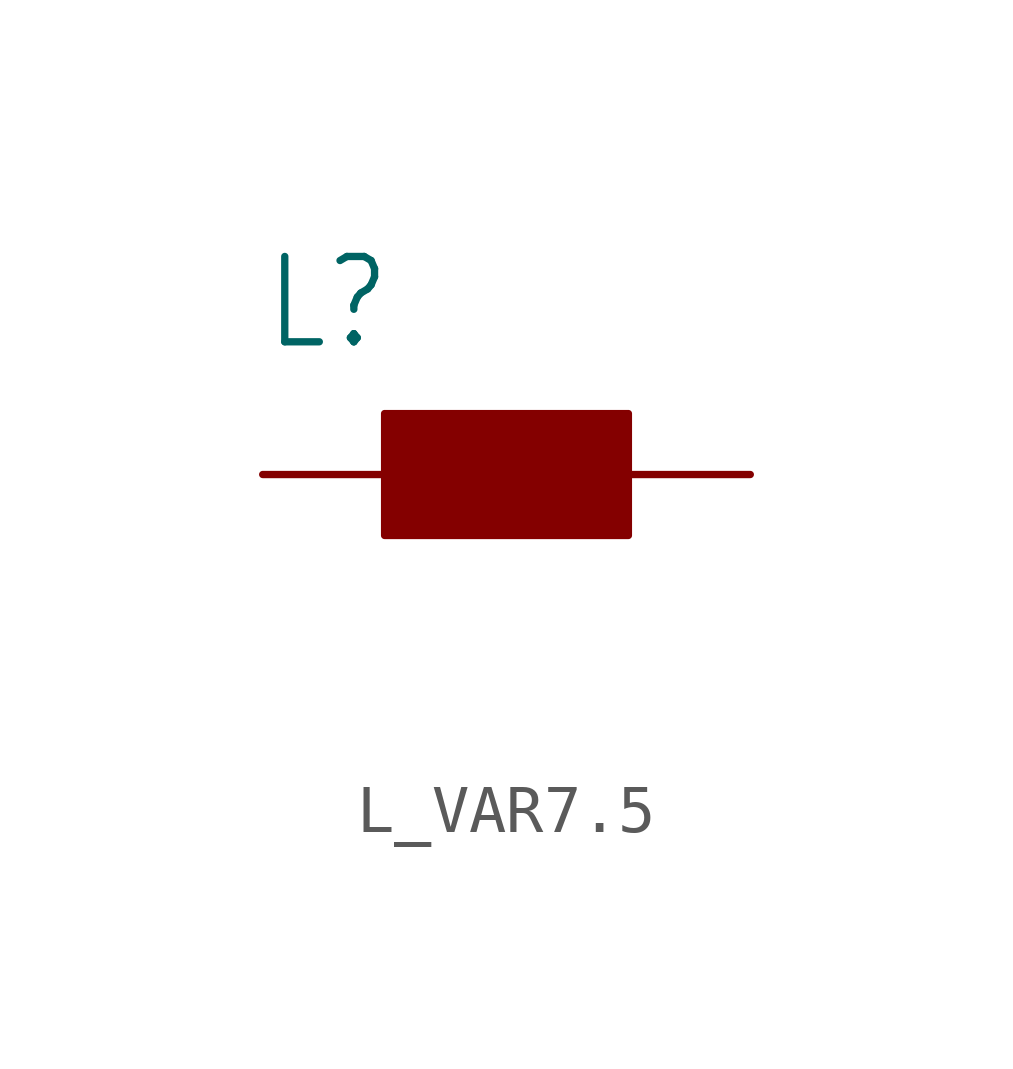
<source format=kicad_sym>
(kicad_symbol_lib
  (version 20220914)
  (generator kicad_symbol_editor)
  (symbol "L_VAR7.5"
    (property "Reference" "L"
      (at -5.08 2.54 0)
      (effects (font (size 1.778 1.511)) (justify left bottom)))
    (property "Value" ""
      (at -5.08 -5.08 0)
      (effects (font (size 1.778 1.511)) (justify left bottom)))
    (property "ki_locked" ""
      (at 0 0 0)
      (effects (font (size 1.27 1.27))))
    (symbol "L_VAR7.5_1_0"
      (rectangle (start -2.54 -1.27) (end 2.54 1.27) (stroke (width 0) (type default)) (fill (type outline)))
      (pin bidirectional line (at -5.08 0 0) (length 2.54) (name "P$1" (effects (font (size 0 0)))) (number "P$1" (effects (font (size 0 0)))))
      (pin bidirectional line (at 5.08 0 180) (length 2.54) (name "P$2" (effects (font (size 0 0)))) (number "P$2" (effects (font (size 0 0))))))))
</source>
